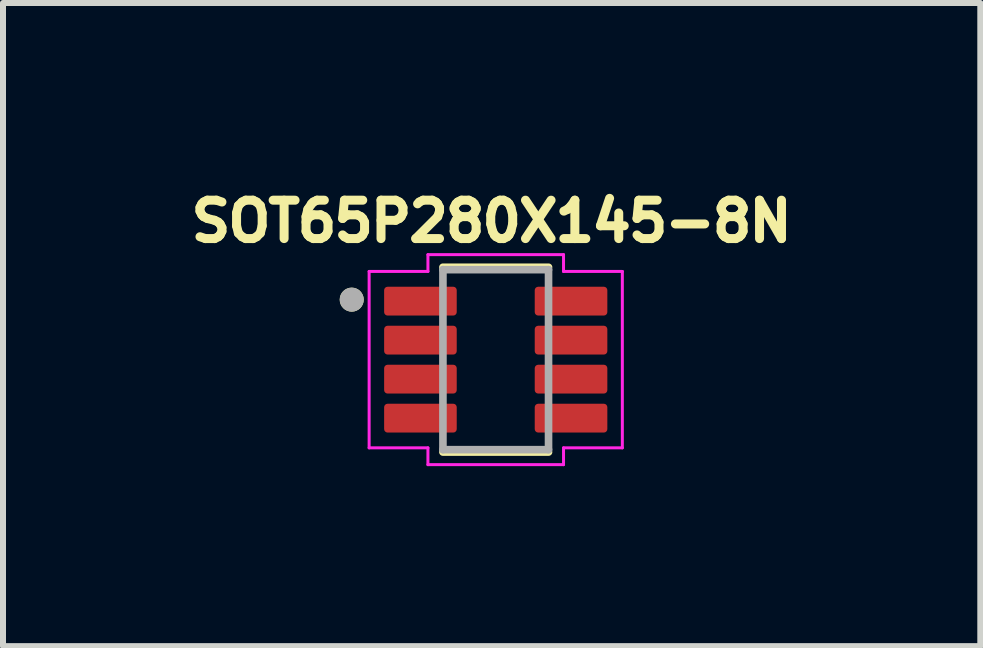
<source format=kicad_pcb>
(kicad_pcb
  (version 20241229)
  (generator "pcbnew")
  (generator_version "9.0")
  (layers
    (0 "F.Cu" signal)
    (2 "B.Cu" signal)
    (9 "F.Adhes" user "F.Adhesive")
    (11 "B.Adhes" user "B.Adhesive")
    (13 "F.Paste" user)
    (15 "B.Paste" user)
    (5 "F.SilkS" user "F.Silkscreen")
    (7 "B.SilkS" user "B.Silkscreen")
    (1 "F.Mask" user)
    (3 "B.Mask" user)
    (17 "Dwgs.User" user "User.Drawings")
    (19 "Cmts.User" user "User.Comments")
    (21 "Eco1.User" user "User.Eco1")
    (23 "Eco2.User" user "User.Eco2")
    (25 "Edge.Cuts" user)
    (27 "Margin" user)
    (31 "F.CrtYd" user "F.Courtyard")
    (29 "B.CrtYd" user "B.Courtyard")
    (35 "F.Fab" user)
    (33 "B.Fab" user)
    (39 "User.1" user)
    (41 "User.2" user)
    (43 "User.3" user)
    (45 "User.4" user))
  (footprint "SOT65P280X145-8N"
    (layer "F.Cu")
    (at 5.212 2.944)
    (property "Reference" "SOT65P280X145-8N" (at -0.068 -2.306 0) (layer "F.SilkS") (effects (font (size 0.64 0.64) (thickness 0.15))))
    (attr through_hole)
    (fp_line (start -0.88 -1.54) (end 0.88 -1.54) (stroke (width 0.127) (type solid)) (layer "F.SilkS"))
    (fp_line (start -0.88 1.54) (end 0.88 1.54) (stroke (width 0.127) (type solid)) (layer "F.SilkS"))
    (fp_circle (center -2.4 -1) (end -2.3 -1) (stroke (width 0.2) (type solid)) (fill no) (layer "F.SilkS"))
    (fp_line (start -2.11 -1.47) (end -2.11 1.47) (stroke (width 0.05) (type solid)) (layer "F.CrtYd"))
    (fp_line (start -2.11 -1.47) (end -1.13 -1.47) (stroke (width 0.05) (type solid)) (layer "F.CrtYd"))
    (fp_line (start -1.13 -1.75) (end 1.13 -1.75) (stroke (width 0.05) (type solid)) (layer "F.CrtYd"))
    (fp_line (start -1.13 -1.47) (end -1.13 -1.75) (stroke (width 0.05) (type solid)) (layer "F.CrtYd"))
    (fp_line (start -1.13 1.47) (end -2.11 1.47) (stroke (width 0.05) (type solid)) (layer "F.CrtYd"))
    (fp_line (start -1.13 1.75) (end -1.13 1.47) (stroke (width 0.05) (type solid)) (layer "F.CrtYd"))
    (fp_line (start 1.13 -1.75) (end 1.13 -1.47) (stroke (width 0.05) (type solid)) (layer "F.CrtYd"))
    (fp_line (start 1.13 -1.47) (end 2.11 -1.47) (stroke (width 0.05) (type solid)) (layer "F.CrtYd"))
    (fp_line (start 1.13 1.47) (end 1.13 1.75) (stroke (width 0.05) (type solid)) (layer "F.CrtYd"))
    (fp_line (start 1.13 1.75) (end -1.13 1.75) (stroke (width 0.05) (type solid)) (layer "F.CrtYd"))
    (fp_line (start 2.11 1.47) (end 1.13 1.47) (stroke (width 0.05) (type solid)) (layer "F.CrtYd"))
    (fp_line (start 2.11 1.47) (end 2.11 -1.47) (stroke (width 0.05) (type solid)) (layer "F.CrtYd"))
    (fp_line (start -0.88 -1.5) (end 0.88 -1.5) (stroke (width 0.127) (type solid)) (layer "F.Fab"))
    (fp_line (start -0.88 1.5) (end -0.88 -1.5) (stroke (width 0.127) (type solid)) (layer "F.Fab"))
    (fp_line (start 0.88 -1.5) (end 0.88 1.5) (stroke (width 0.127) (type solid)) (layer "F.Fab"))
    (fp_line (start 0.88 1.5) (end -0.88 1.5) (stroke (width 0.127) (type solid)) (layer "F.Fab"))
    (fp_circle (center -2.4 -1) (end -2.3 -1) (stroke (width 0.2) (type solid)) (fill no) (layer "F.Fab"))
    (pad "1" smd roundrect (at -1.255 -0.975) (size 1.21 0.48) (layers "F.Cu" "F.Mask" "F.Paste") (roundrect_rratio 0.12))
    (pad "2" smd roundrect (at -1.255 -0.325) (size 1.21 0.48) (layers "F.Cu" "F.Mask" "F.Paste") (roundrect_rratio 0.12))
    (pad "3" smd roundrect (at -1.255 0.325) (size 1.21 0.48) (layers "F.Cu" "F.Mask" "F.Paste") (roundrect_rratio 0.12))
    (pad "4" smd roundrect (at -1.255 0.975) (size 1.21 0.48) (layers "F.Cu" "F.Mask" "F.Paste") (roundrect_rratio 0.12))
    (pad "5" smd roundrect (at 1.255 0.975) (size 1.21 0.48) (layers "F.Cu" "F.Mask" "F.Paste") (roundrect_rratio 0.12))
    (pad "6" smd roundrect (at 1.255 0.325) (size 1.21 0.48) (layers "F.Cu" "F.Mask" "F.Paste") (roundrect_rratio 0.12))
    (pad "7" smd roundrect (at 1.255 -0.325) (size 1.21 0.48) (layers "F.Cu" "F.Mask" "F.Paste") (roundrect_rratio 0.12))
    (pad "8" smd roundrect (at 1.255 -0.975) (size 1.21 0.48) (layers "F.Cu" "F.Mask" "F.Paste") (roundrect_rratio 0.12)))
  (gr_rect
    (start -3 -3)
    (end 13.288 7.719)
    (stroke (width 0.1) (type default))
    (fill no)
    (layer "Edge.Cuts")))
</source>
